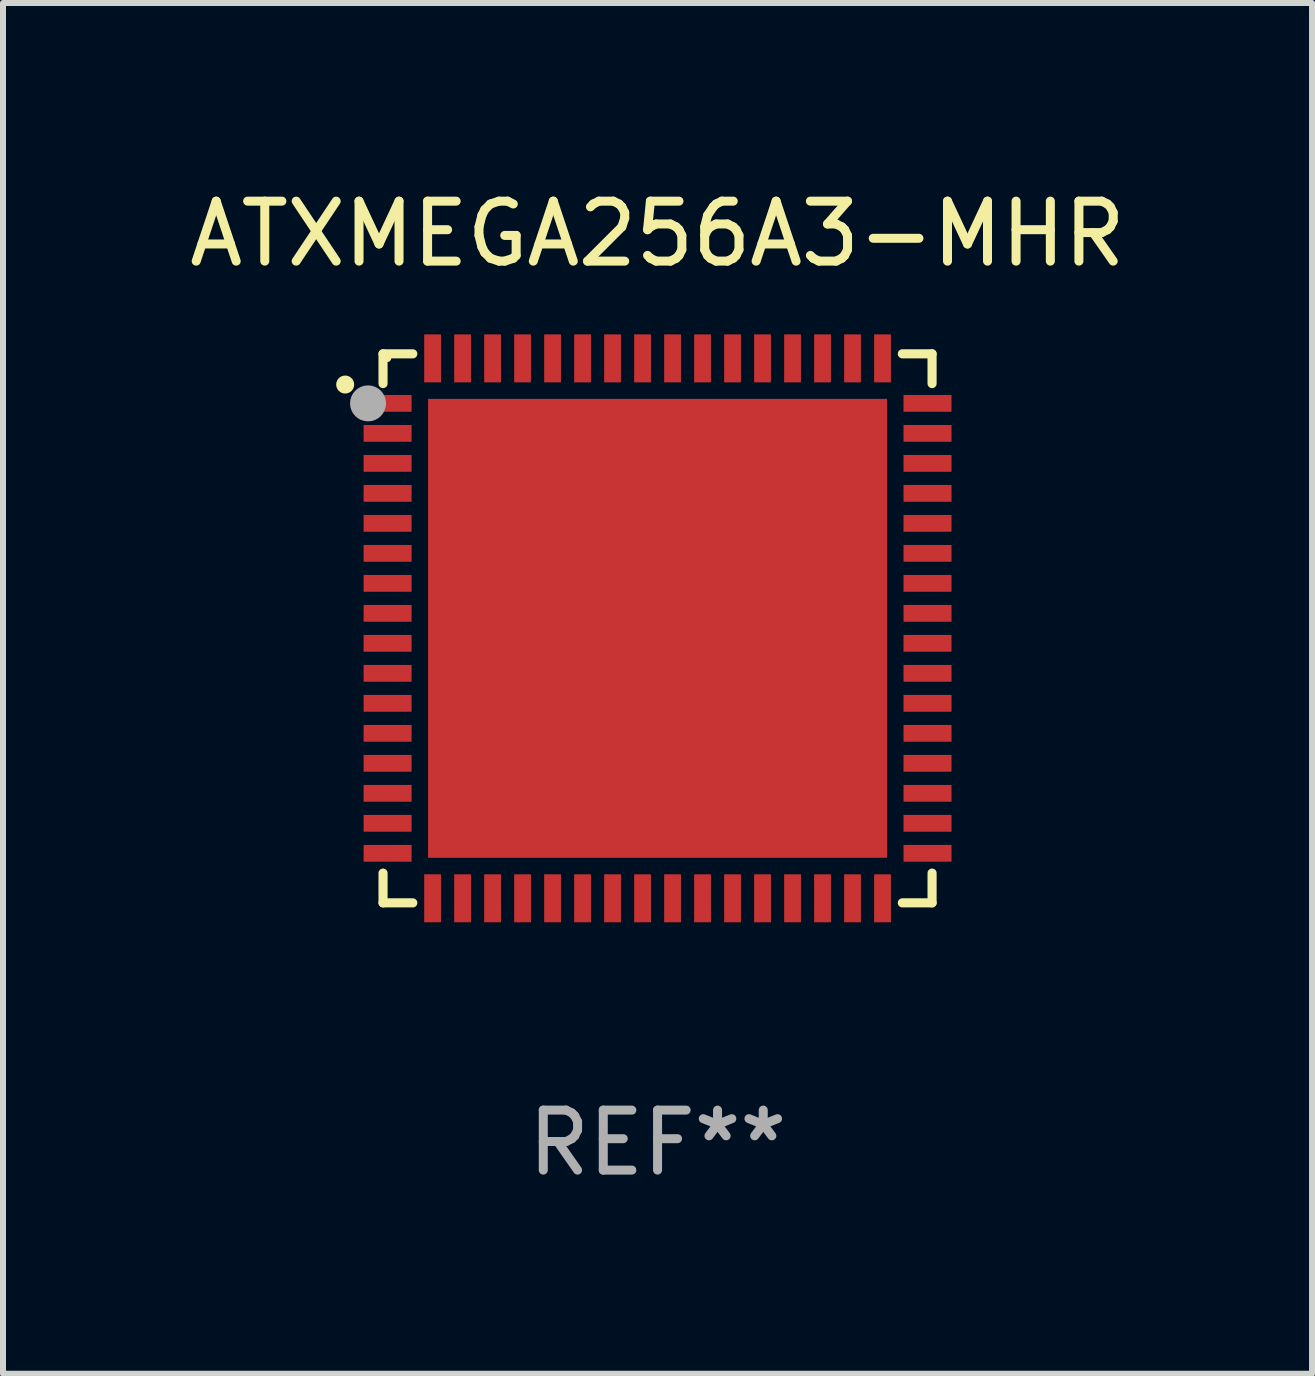
<source format=kicad_pcb>
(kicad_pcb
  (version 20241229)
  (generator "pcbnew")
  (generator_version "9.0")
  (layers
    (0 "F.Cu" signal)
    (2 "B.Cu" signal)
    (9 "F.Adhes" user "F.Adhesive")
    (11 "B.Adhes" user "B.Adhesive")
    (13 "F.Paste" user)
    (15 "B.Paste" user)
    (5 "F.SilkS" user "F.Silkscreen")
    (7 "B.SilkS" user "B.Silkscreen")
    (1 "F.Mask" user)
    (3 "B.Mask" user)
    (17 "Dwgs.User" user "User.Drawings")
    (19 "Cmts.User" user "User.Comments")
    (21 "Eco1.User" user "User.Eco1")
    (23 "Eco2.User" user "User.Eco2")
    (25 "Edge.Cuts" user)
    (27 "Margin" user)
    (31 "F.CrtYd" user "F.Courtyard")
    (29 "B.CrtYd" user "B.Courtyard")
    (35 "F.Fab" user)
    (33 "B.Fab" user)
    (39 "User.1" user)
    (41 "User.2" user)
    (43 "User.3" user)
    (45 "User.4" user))
  (footprint "ATXMEGA256A3-MHR"
    (layer "F.Cu")
    (at 7.911 7.424)
    (property "Reference" "ATXMEGA256A3-MHR" (at 0 -6.576 0) (layer "F.SilkS") (effects (font (size 1 1) (thickness 0.15))))
    (attr through_hole)
    (fp_line (start -4.576 -4.576) (end -4.576 -4.08) (stroke (width 0.152) (type solid)) (layer "F.SilkS"))
    (fp_line (start -4.576 4.576) (end -4.576 4.08) (stroke (width 0.152) (type solid)) (layer "F.SilkS"))
    (fp_line (start -4.08 -4.576) (end -4.576 -4.576) (stroke (width 0.152) (type solid)) (layer "F.SilkS"))
    (fp_line (start -4.08 4.576) (end -4.576 4.576) (stroke (width 0.152) (type solid)) (layer "F.SilkS"))
    (fp_line (start 4.08 -4.576) (end 4.576 -4.576) (stroke (width 0.152) (type solid)) (layer "F.SilkS"))
    (fp_line (start 4.08 4.576) (end 4.576 4.576) (stroke (width 0.152) (type solid)) (layer "F.SilkS"))
    (fp_line (start 4.576 -4.576) (end 4.576 -4.08) (stroke (width 0.152) (type solid)) (layer "F.SilkS"))
    (fp_line (start 4.576 4.576) (end 4.576 4.08) (stroke (width 0.152) (type solid)) (layer "F.SilkS"))
    (fp_circle (center -5.207 -4.064) (end -5.132 -4.064) (stroke (width 0.15) (type solid)) (fill no) (layer "F.SilkS"))
    (fp_circle (center -4.5 -4.5) (end -4.47 -4.5) (stroke (width 0.06) (type solid)) (fill no) (layer "F.SilkS"))
    (fp_circle (center -4.826 -3.75) (end -4.676 -3.75) (stroke (width 0.3) (type solid)) (fill no) (layer "F.Fab"))
    (fp_text user "REF**" (at 0 8.576 0) (layer "F.Fab") (effects (font (size 1 1) (thickness 0.15))))
    (pad "1" smd rect (at -4.5 -3.75) (size 0.8 0.28) (layers "F.Cu" "F.Mask" "F.Paste"))
    (pad "2" smd rect (at -4.5 -3.25) (size 0.8 0.28) (layers "F.Cu" "F.Mask" "F.Paste"))
    (pad "3" smd rect (at -4.5 -2.75) (size 0.8 0.28) (layers "F.Cu" "F.Mask" "F.Paste"))
    (pad "4" smd rect (at -4.5 -2.25) (size 0.8 0.28) (layers "F.Cu" "F.Mask" "F.Paste"))
    (pad "5" smd rect (at -4.5 -1.75) (size 0.8 0.28) (layers "F.Cu" "F.Mask" "F.Paste"))
    (pad "6" smd rect (at -4.5 -1.25) (size 0.8 0.28) (layers "F.Cu" "F.Mask" "F.Paste"))
    (pad "7" smd rect (at -4.5 -0.75) (size 0.8 0.28) (layers "F.Cu" "F.Mask" "F.Paste"))
    (pad "8" smd rect (at -4.5 -0.25) (size 0.8 0.28) (layers "F.Cu" "F.Mask" "F.Paste"))
    (pad "9" smd rect (at -4.5 0.25) (size 0.8 0.28) (layers "F.Cu" "F.Mask" "F.Paste"))
    (pad "10" smd rect (at -4.5 0.75) (size 0.8 0.28) (layers "F.Cu" "F.Mask" "F.Paste"))
    (pad "11" smd rect (at -4.5 1.25) (size 0.8 0.28) (layers "F.Cu" "F.Mask" "F.Paste"))
    (pad "12" smd rect (at -4.5 1.75) (size 0.8 0.28) (layers "F.Cu" "F.Mask" "F.Paste"))
    (pad "13" smd rect (at -4.5 2.25) (size 0.8 0.28) (layers "F.Cu" "F.Mask" "F.Paste"))
    (pad "14" smd rect (at -4.5 2.75) (size 0.8 0.28) (layers "F.Cu" "F.Mask" "F.Paste"))
    (pad "15" smd rect (at -4.5 3.25) (size 0.8 0.28) (layers "F.Cu" "F.Mask" "F.Paste"))
    (pad "16" smd rect (at -4.5 3.75) (size 0.8 0.28) (layers "F.Cu" "F.Mask" "F.Paste"))
    (pad "17" smd rect (at -3.75 4.5) (size 0.28 0.8) (layers "F.Cu" "F.Mask" "F.Paste"))
    (pad "18" smd rect (at -3.25 4.5) (size 0.28 0.8) (layers "F.Cu" "F.Mask" "F.Paste"))
    (pad "19" smd rect (at -2.75 4.5) (size 0.28 0.8) (layers "F.Cu" "F.Mask" "F.Paste"))
    (pad "20" smd rect (at -2.25 4.5) (size 0.28 0.8) (layers "F.Cu" "F.Mask" "F.Paste"))
    (pad "21" smd rect (at -1.75 4.5) (size 0.28 0.8) (layers "F.Cu" "F.Mask" "F.Paste"))
    (pad "22" smd rect (at -1.25 4.5) (size 0.28 0.8) (layers "F.Cu" "F.Mask" "F.Paste"))
    (pad "23" smd rect (at -0.75 4.5) (size 0.28 0.8) (layers "F.Cu" "F.Mask" "F.Paste"))
    (pad "24" smd rect (at -0.25 4.5) (size 0.28 0.8) (layers "F.Cu" "F.Mask" "F.Paste"))
    (pad "25" smd rect (at 0.25 4.5) (size 0.28 0.8) (layers "F.Cu" "F.Mask" "F.Paste"))
    (pad "26" smd rect (at 0.75 4.5) (size 0.28 0.8) (layers "F.Cu" "F.Mask" "F.Paste"))
    (pad "27" smd rect (at 1.25 4.5) (size 0.28 0.8) (layers "F.Cu" "F.Mask" "F.Paste"))
    (pad "28" smd rect (at 1.75 4.5) (size 0.28 0.8) (layers "F.Cu" "F.Mask" "F.Paste"))
    (pad "29" smd rect (at 2.25 4.5) (size 0.28 0.8) (layers "F.Cu" "F.Mask" "F.Paste"))
    (pad "30" smd rect (at 2.75 4.5) (size 0.28 0.8) (layers "F.Cu" "F.Mask" "F.Paste"))
    (pad "31" smd rect (at 3.25 4.5) (size 0.28 0.8) (layers "F.Cu" "F.Mask" "F.Paste"))
    (pad "32" smd rect (at 3.75 4.5) (size 0.28 0.8) (layers "F.Cu" "F.Mask" "F.Paste"))
    (pad "33" smd rect (at 4.5 3.75) (size 0.8 0.28) (layers "F.Cu" "F.Mask" "F.Paste"))
    (pad "34" smd rect (at 4.5 3.25) (size 0.8 0.28) (layers "F.Cu" "F.Mask" "F.Paste"))
    (pad "35" smd rect (at 4.5 2.75) (size 0.8 0.28) (layers "F.Cu" "F.Mask" "F.Paste"))
    (pad "36" smd rect (at 4.5 2.25) (size 0.8 0.28) (layers "F.Cu" "F.Mask" "F.Paste"))
    (pad "37" smd rect (at 4.5 1.75) (size 0.8 0.28) (layers "F.Cu" "F.Mask" "F.Paste"))
    (pad "38" smd rect (at 4.5 1.25) (size 0.8 0.28) (layers "F.Cu" "F.Mask" "F.Paste"))
    (pad "39" smd rect (at 4.5 0.75) (size 0.8 0.28) (layers "F.Cu" "F.Mask" "F.Paste"))
    (pad "40" smd rect (at 4.5 0.25) (size 0.8 0.28) (layers "F.Cu" "F.Mask" "F.Paste"))
    (pad "41" smd rect (at 4.5 -0.25) (size 0.8 0.28) (layers "F.Cu" "F.Mask" "F.Paste"))
    (pad "42" smd rect (at 4.5 -0.75) (size 0.8 0.28) (layers "F.Cu" "F.Mask" "F.Paste"))
    (pad "43" smd rect (at 4.5 -1.25) (size 0.8 0.28) (layers "F.Cu" "F.Mask" "F.Paste"))
    (pad "44" smd rect (at 4.5 -1.75) (size 0.8 0.28) (layers "F.Cu" "F.Mask" "F.Paste"))
    (pad "45" smd rect (at 4.5 -2.25) (size 0.8 0.28) (layers "F.Cu" "F.Mask" "F.Paste"))
    (pad "46" smd rect (at 4.5 -2.75) (size 0.8 0.28) (layers "F.Cu" "F.Mask" "F.Paste"))
    (pad "47" smd rect (at 4.5 -3.25) (size 0.8 0.28) (layers "F.Cu" "F.Mask" "F.Paste"))
    (pad "48" smd rect (at 4.5 -3.75) (size 0.8 0.28) (layers "F.Cu" "F.Mask" "F.Paste"))
    (pad "49" smd rect (at 3.75 -4.5) (size 0.28 0.8) (layers "F.Cu" "F.Mask" "F.Paste"))
    (pad "50" smd rect (at 3.25 -4.5) (size 0.28 0.8) (layers "F.Cu" "F.Mask" "F.Paste"))
    (pad "51" smd rect (at 2.75 -4.5) (size 0.28 0.8) (layers "F.Cu" "F.Mask" "F.Paste"))
    (pad "52" smd rect (at 2.25 -4.5) (size 0.28 0.8) (layers "F.Cu" "F.Mask" "F.Paste"))
    (pad "53" smd rect (at 1.75 -4.5) (size 0.28 0.8) (layers "F.Cu" "F.Mask" "F.Paste"))
    (pad "54" smd rect (at 1.25 -4.5) (size 0.28 0.8) (layers "F.Cu" "F.Mask" "F.Paste"))
    (pad "55" smd rect (at 0.75 -4.5) (size 0.28 0.8) (layers "F.Cu" "F.Mask" "F.Paste"))
    (pad "56" smd rect (at 0.25 -4.5) (size 0.28 0.8) (layers "F.Cu" "F.Mask" "F.Paste"))
    (pad "57" smd rect (at -0.25 -4.5) (size 0.28 0.8) (layers "F.Cu" "F.Mask" "F.Paste"))
    (pad "58" smd rect (at -0.75 -4.5) (size 0.28 0.8) (layers "F.Cu" "F.Mask" "F.Paste"))
    (pad "59" smd rect (at -1.25 -4.5) (size 0.28 0.8) (layers "F.Cu" "F.Mask" "F.Paste"))
    (pad "60" smd rect (at -1.75 -4.5) (size 0.28 0.8) (layers "F.Cu" "F.Mask" "F.Paste"))
    (pad "61" smd rect (at -2.25 -4.5) (size 0.28 0.8) (layers "F.Cu" "F.Mask" "F.Paste"))
    (pad "62" smd rect (at -2.75 -4.5) (size 0.28 0.8) (layers "F.Cu" "F.Mask" "F.Paste"))
    (pad "63" smd rect (at -3.25 -4.5) (size 0.28 0.8) (layers "F.Cu" "F.Mask" "F.Paste"))
    (pad "64" smd rect (at -3.75 -4.5) (size 0.28 0.8) (layers "F.Cu" "F.Mask" "F.Paste"))
    (pad "65" smd rect (at 0 0) (size 7.65 7.65) (layers "F.Cu" "F.Mask" "F.Paste")))
  (gr_rect
    (start -3 -3)
    (end 18.821 19.849)
    (stroke (width 0.1) (type default))
    (fill no)
    (layer "Edge.Cuts")))
</source>
